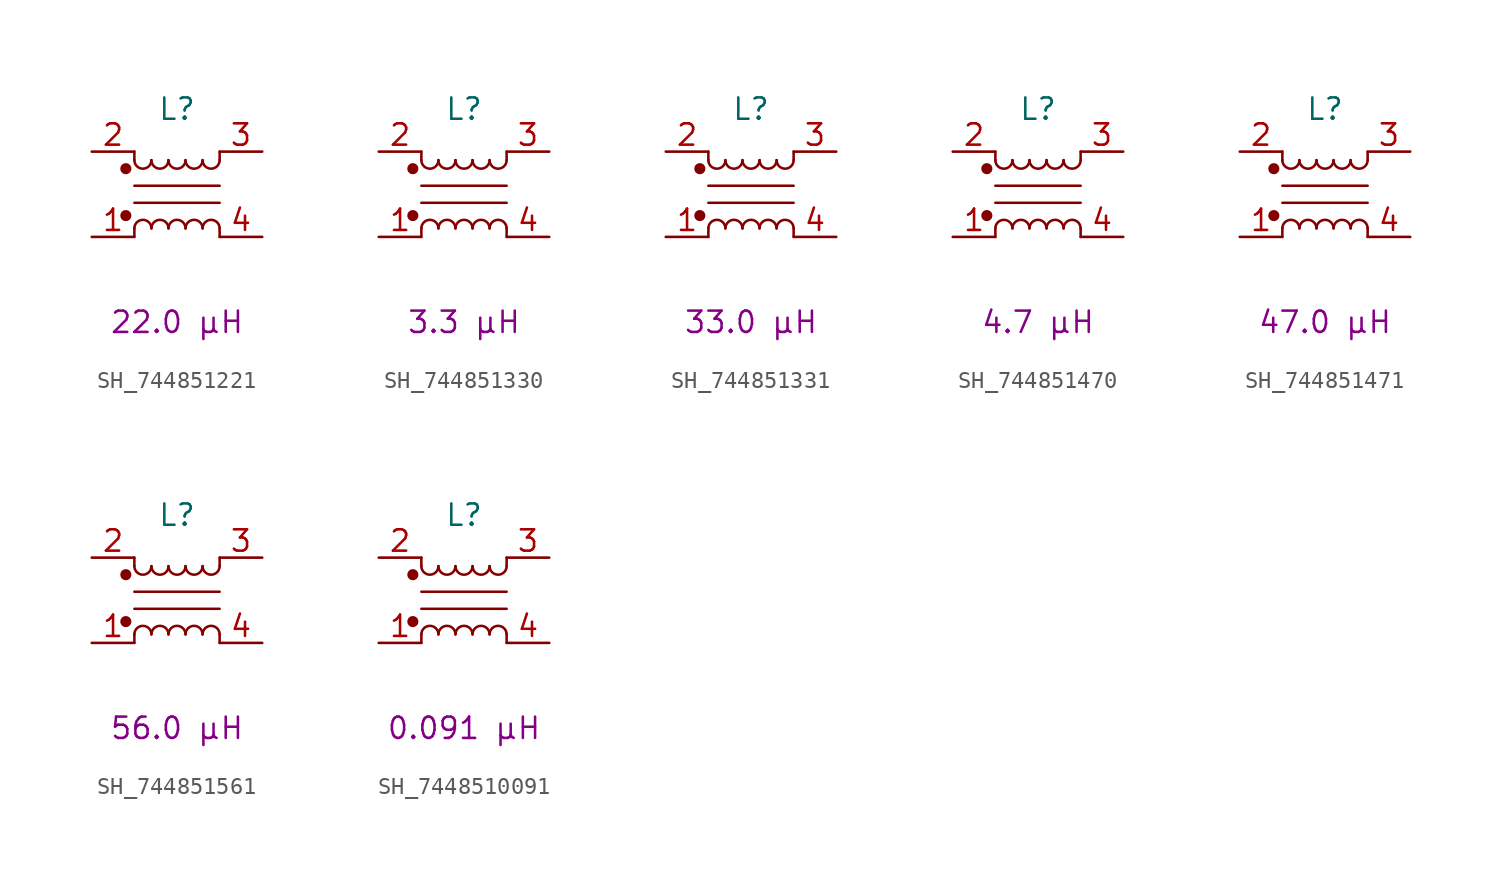
<source format=kicad_sym>
(kicad_symbol_lib
  (version 20220914)
  (generator kicad_symbol_editor)
  (symbol "SH_744851221"
    (pin_names hide)
    (property "Reference" "L"
      (at 0 5.08 0)
      (effects (font (size 1.27 1.27))))
    (property "Critical Parameter" "22.0 µH"
      (at 0 -7.62 0)
      (effects (font (size 1.27 1.27))))
    (symbol "SH_744851221_0_1"
      (circle (center -3.048 -1.27) (radius 0.254) (stroke (width 0) (type default)) (fill (type outline)))
      (circle (center -3.048 1.524) (radius 0.254) (stroke (width 0) (type default)) (fill (type outline)))
      (arc (start -2.54 2.032) (mid -2.032 1.5262) (end -1.524 2.032) (stroke (width 0) (type default)) (fill (type none)))
      (arc (start -1.524 -2.032) (mid -2.032 -1.5262) (end -2.54 -2.032) (stroke (width 0) (type default)) (fill (type none)))
      (arc (start -1.524 2.032) (mid -1.016 1.5262) (end -0.508 2.032) (stroke (width 0) (type default)) (fill (type none)))
      (arc (start -0.508 -2.032) (mid -1.016 -1.5262) (end -1.524 -2.032) (stroke (width 0) (type default)) (fill (type none)))
      (arc (start -0.508 2.032) (mid 0 1.5262) (end 0.508 2.032) (stroke (width 0) (type default)) (fill (type none)))
      (polyline (pts (xy -2.54 -2.032) (xy -2.54 -2.54)) (stroke (width 0) (type default)) (fill (type none)))
      (polyline (pts (xy -2.54 0.508) (xy 2.54 0.508)) (stroke (width 0) (type default)) (fill (type none)))
      (polyline (pts (xy -2.54 2.032) (xy -2.54 2.54)) (stroke (width 0) (type default)) (fill (type none)))
      (polyline (pts (xy 2.54 -2.032) (xy 2.54 -2.54)) (stroke (width 0) (type default)) (fill (type none)))
      (polyline (pts (xy 2.54 -0.508) (xy -2.54 -0.508)) (stroke (width 0) (type default)) (fill (type none)))
      (polyline (pts (xy 2.54 2.54) (xy 2.54 2.032)) (stroke (width 0) (type default)) (fill (type none)))
      (arc (start 0.508 -2.032) (mid 0 -1.5262) (end -0.508 -2.032) (stroke (width 0) (type default)) (fill (type none)))
      (arc (start 0.508 2.032) (mid 1.016 1.5262) (end 1.524 2.032) (stroke (width 0) (type default)) (fill (type none)))
      (arc (start 1.524 -2.032) (mid 1.016 -1.5262) (end 0.508 -2.032) (stroke (width 0) (type default)) (fill (type none)))
      (arc (start 1.524 2.032) (mid 2.032 1.5262) (end 2.54 2.032) (stroke (width 0) (type default)) (fill (type none)))
      (arc (start 2.54 -2.032) (mid 2.032 -1.5262) (end 1.524 -2.032) (stroke (width 0) (type default)) (fill (type none))))
    (symbol "SH_744851221_1_1"
      (pin passive line (at -5.08 -2.54 0) (length 2.54) (name "1" (effects (font (size 1.27 1.27)))) (number "1" (effects (font (size 1.27 1.27)))))
      (pin passive line (at -5.08 2.54 0) (length 2.54) (name "2" (effects (font (size 1.27 1.27)))) (number "2" (effects (font (size 1.27 1.27)))))
      (pin passive line (at 5.08 2.54 180) (length 2.54) (name "3" (effects (font (size 1.27 1.27)))) (number "3" (effects (font (size 1.27 1.27)))))
      (pin passive line (at 5.08 -2.54 180) (length 2.54) (name "4" (effects (font (size 1.27 1.27)))) (number "4" (effects (font (size 1.27 1.27)))))))
  (symbol "SH_744851330"
    (pin_names hide)
    (property "Reference" "L"
      (at 0 5.08 0)
      (effects (font (size 1.27 1.27))))
    (property "Critical Parameter" "3.3 µH"
      (at 0 -7.62 0)
      (effects (font (size 1.27 1.27))))
    (symbol "SH_744851330_0_1"
      (circle (center -3.048 -1.27) (radius 0.254) (stroke (width 0) (type default)) (fill (type outline)))
      (circle (center -3.048 1.524) (radius 0.254) (stroke (width 0) (type default)) (fill (type outline)))
      (arc (start -2.54 2.032) (mid -2.032 1.5262) (end -1.524 2.032) (stroke (width 0) (type default)) (fill (type none)))
      (arc (start -1.524 -2.032) (mid -2.032 -1.5262) (end -2.54 -2.032) (stroke (width 0) (type default)) (fill (type none)))
      (arc (start -1.524 2.032) (mid -1.016 1.5262) (end -0.508 2.032) (stroke (width 0) (type default)) (fill (type none)))
      (arc (start -0.508 -2.032) (mid -1.016 -1.5262) (end -1.524 -2.032) (stroke (width 0) (type default)) (fill (type none)))
      (arc (start -0.508 2.032) (mid 0 1.5262) (end 0.508 2.032) (stroke (width 0) (type default)) (fill (type none)))
      (polyline (pts (xy -2.54 -2.032) (xy -2.54 -2.54)) (stroke (width 0) (type default)) (fill (type none)))
      (polyline (pts (xy -2.54 0.508) (xy 2.54 0.508)) (stroke (width 0) (type default)) (fill (type none)))
      (polyline (pts (xy -2.54 2.032) (xy -2.54 2.54)) (stroke (width 0) (type default)) (fill (type none)))
      (polyline (pts (xy 2.54 -2.032) (xy 2.54 -2.54)) (stroke (width 0) (type default)) (fill (type none)))
      (polyline (pts (xy 2.54 -0.508) (xy -2.54 -0.508)) (stroke (width 0) (type default)) (fill (type none)))
      (polyline (pts (xy 2.54 2.54) (xy 2.54 2.032)) (stroke (width 0) (type default)) (fill (type none)))
      (arc (start 0.508 -2.032) (mid 0 -1.5262) (end -0.508 -2.032) (stroke (width 0) (type default)) (fill (type none)))
      (arc (start 0.508 2.032) (mid 1.016 1.5262) (end 1.524 2.032) (stroke (width 0) (type default)) (fill (type none)))
      (arc (start 1.524 -2.032) (mid 1.016 -1.5262) (end 0.508 -2.032) (stroke (width 0) (type default)) (fill (type none)))
      (arc (start 1.524 2.032) (mid 2.032 1.5262) (end 2.54 2.032) (stroke (width 0) (type default)) (fill (type none)))
      (arc (start 2.54 -2.032) (mid 2.032 -1.5262) (end 1.524 -2.032) (stroke (width 0) (type default)) (fill (type none))))
    (symbol "SH_744851330_1_1"
      (pin passive line (at -5.08 -2.54 0) (length 2.54) (name "1" (effects (font (size 1.27 1.27)))) (number "1" (effects (font (size 1.27 1.27)))))
      (pin passive line (at -5.08 2.54 0) (length 2.54) (name "2" (effects (font (size 1.27 1.27)))) (number "2" (effects (font (size 1.27 1.27)))))
      (pin passive line (at 5.08 2.54 180) (length 2.54) (name "3" (effects (font (size 1.27 1.27)))) (number "3" (effects (font (size 1.27 1.27)))))
      (pin passive line (at 5.08 -2.54 180) (length 2.54) (name "4" (effects (font (size 1.27 1.27)))) (number "4" (effects (font (size 1.27 1.27)))))))
  (symbol "SH_744851331"
    (pin_names hide)
    (property "Reference" "L"
      (at 0 5.08 0)
      (effects (font (size 1.27 1.27))))
    (property "Critical Parameter" "33.0 µH"
      (at 0 -7.62 0)
      (effects (font (size 1.27 1.27))))
    (symbol "SH_744851331_0_1"
      (circle (center -3.048 -1.27) (radius 0.254) (stroke (width 0) (type default)) (fill (type outline)))
      (circle (center -3.048 1.524) (radius 0.254) (stroke (width 0) (type default)) (fill (type outline)))
      (arc (start -2.54 2.032) (mid -2.032 1.5262) (end -1.524 2.032) (stroke (width 0) (type default)) (fill (type none)))
      (arc (start -1.524 -2.032) (mid -2.032 -1.5262) (end -2.54 -2.032) (stroke (width 0) (type default)) (fill (type none)))
      (arc (start -1.524 2.032) (mid -1.016 1.5262) (end -0.508 2.032) (stroke (width 0) (type default)) (fill (type none)))
      (arc (start -0.508 -2.032) (mid -1.016 -1.5262) (end -1.524 -2.032) (stroke (width 0) (type default)) (fill (type none)))
      (arc (start -0.508 2.032) (mid 0 1.5262) (end 0.508 2.032) (stroke (width 0) (type default)) (fill (type none)))
      (polyline (pts (xy -2.54 -2.032) (xy -2.54 -2.54)) (stroke (width 0) (type default)) (fill (type none)))
      (polyline (pts (xy -2.54 0.508) (xy 2.54 0.508)) (stroke (width 0) (type default)) (fill (type none)))
      (polyline (pts (xy -2.54 2.032) (xy -2.54 2.54)) (stroke (width 0) (type default)) (fill (type none)))
      (polyline (pts (xy 2.54 -2.032) (xy 2.54 -2.54)) (stroke (width 0) (type default)) (fill (type none)))
      (polyline (pts (xy 2.54 -0.508) (xy -2.54 -0.508)) (stroke (width 0) (type default)) (fill (type none)))
      (polyline (pts (xy 2.54 2.54) (xy 2.54 2.032)) (stroke (width 0) (type default)) (fill (type none)))
      (arc (start 0.508 -2.032) (mid 0 -1.5262) (end -0.508 -2.032) (stroke (width 0) (type default)) (fill (type none)))
      (arc (start 0.508 2.032) (mid 1.016 1.5262) (end 1.524 2.032) (stroke (width 0) (type default)) (fill (type none)))
      (arc (start 1.524 -2.032) (mid 1.016 -1.5262) (end 0.508 -2.032) (stroke (width 0) (type default)) (fill (type none)))
      (arc (start 1.524 2.032) (mid 2.032 1.5262) (end 2.54 2.032) (stroke (width 0) (type default)) (fill (type none)))
      (arc (start 2.54 -2.032) (mid 2.032 -1.5262) (end 1.524 -2.032) (stroke (width 0) (type default)) (fill (type none))))
    (symbol "SH_744851331_1_1"
      (pin passive line (at -5.08 -2.54 0) (length 2.54) (name "1" (effects (font (size 1.27 1.27)))) (number "1" (effects (font (size 1.27 1.27)))))
      (pin passive line (at -5.08 2.54 0) (length 2.54) (name "2" (effects (font (size 1.27 1.27)))) (number "2" (effects (font (size 1.27 1.27)))))
      (pin passive line (at 5.08 2.54 180) (length 2.54) (name "3" (effects (font (size 1.27 1.27)))) (number "3" (effects (font (size 1.27 1.27)))))
      (pin passive line (at 5.08 -2.54 180) (length 2.54) (name "4" (effects (font (size 1.27 1.27)))) (number "4" (effects (font (size 1.27 1.27)))))))
  (symbol "SH_744851470"
    (pin_names hide)
    (property "Reference" "L"
      (at 0 5.08 0)
      (effects (font (size 1.27 1.27))))
    (property "Critical Parameter" "4.7 µH"
      (at 0 -7.62 0)
      (effects (font (size 1.27 1.27))))
    (symbol "SH_744851470_0_1"
      (circle (center -3.048 -1.27) (radius 0.254) (stroke (width 0) (type default)) (fill (type outline)))
      (circle (center -3.048 1.524) (radius 0.254) (stroke (width 0) (type default)) (fill (type outline)))
      (arc (start -2.54 2.032) (mid -2.032 1.5262) (end -1.524 2.032) (stroke (width 0) (type default)) (fill (type none)))
      (arc (start -1.524 -2.032) (mid -2.032 -1.5262) (end -2.54 -2.032) (stroke (width 0) (type default)) (fill (type none)))
      (arc (start -1.524 2.032) (mid -1.016 1.5262) (end -0.508 2.032) (stroke (width 0) (type default)) (fill (type none)))
      (arc (start -0.508 -2.032) (mid -1.016 -1.5262) (end -1.524 -2.032) (stroke (width 0) (type default)) (fill (type none)))
      (arc (start -0.508 2.032) (mid 0 1.5262) (end 0.508 2.032) (stroke (width 0) (type default)) (fill (type none)))
      (polyline (pts (xy -2.54 -2.032) (xy -2.54 -2.54)) (stroke (width 0) (type default)) (fill (type none)))
      (polyline (pts (xy -2.54 0.508) (xy 2.54 0.508)) (stroke (width 0) (type default)) (fill (type none)))
      (polyline (pts (xy -2.54 2.032) (xy -2.54 2.54)) (stroke (width 0) (type default)) (fill (type none)))
      (polyline (pts (xy 2.54 -2.032) (xy 2.54 -2.54)) (stroke (width 0) (type default)) (fill (type none)))
      (polyline (pts (xy 2.54 -0.508) (xy -2.54 -0.508)) (stroke (width 0) (type default)) (fill (type none)))
      (polyline (pts (xy 2.54 2.54) (xy 2.54 2.032)) (stroke (width 0) (type default)) (fill (type none)))
      (arc (start 0.508 -2.032) (mid 0 -1.5262) (end -0.508 -2.032) (stroke (width 0) (type default)) (fill (type none)))
      (arc (start 0.508 2.032) (mid 1.016 1.5262) (end 1.524 2.032) (stroke (width 0) (type default)) (fill (type none)))
      (arc (start 1.524 -2.032) (mid 1.016 -1.5262) (end 0.508 -2.032) (stroke (width 0) (type default)) (fill (type none)))
      (arc (start 1.524 2.032) (mid 2.032 1.5262) (end 2.54 2.032) (stroke (width 0) (type default)) (fill (type none)))
      (arc (start 2.54 -2.032) (mid 2.032 -1.5262) (end 1.524 -2.032) (stroke (width 0) (type default)) (fill (type none))))
    (symbol "SH_744851470_1_1"
      (pin passive line (at -5.08 -2.54 0) (length 2.54) (name "1" (effects (font (size 1.27 1.27)))) (number "1" (effects (font (size 1.27 1.27)))))
      (pin passive line (at -5.08 2.54 0) (length 2.54) (name "2" (effects (font (size 1.27 1.27)))) (number "2" (effects (font (size 1.27 1.27)))))
      (pin passive line (at 5.08 2.54 180) (length 2.54) (name "3" (effects (font (size 1.27 1.27)))) (number "3" (effects (font (size 1.27 1.27)))))
      (pin passive line (at 5.08 -2.54 180) (length 2.54) (name "4" (effects (font (size 1.27 1.27)))) (number "4" (effects (font (size 1.27 1.27)))))))
  (symbol "SH_744851471"
    (pin_names hide)
    (property "Reference" "L"
      (at 0 5.08 0)
      (effects (font (size 1.27 1.27))))
    (property "Critical Parameter" "47.0 µH"
      (at 0 -7.62 0)
      (effects (font (size 1.27 1.27))))
    (symbol "SH_744851471_0_1"
      (circle (center -3.048 -1.27) (radius 0.254) (stroke (width 0) (type default)) (fill (type outline)))
      (circle (center -3.048 1.524) (radius 0.254) (stroke (width 0) (type default)) (fill (type outline)))
      (arc (start -2.54 2.032) (mid -2.032 1.5262) (end -1.524 2.032) (stroke (width 0) (type default)) (fill (type none)))
      (arc (start -1.524 -2.032) (mid -2.032 -1.5262) (end -2.54 -2.032) (stroke (width 0) (type default)) (fill (type none)))
      (arc (start -1.524 2.032) (mid -1.016 1.5262) (end -0.508 2.032) (stroke (width 0) (type default)) (fill (type none)))
      (arc (start -0.508 -2.032) (mid -1.016 -1.5262) (end -1.524 -2.032) (stroke (width 0) (type default)) (fill (type none)))
      (arc (start -0.508 2.032) (mid 0 1.5262) (end 0.508 2.032) (stroke (width 0) (type default)) (fill (type none)))
      (polyline (pts (xy -2.54 -2.032) (xy -2.54 -2.54)) (stroke (width 0) (type default)) (fill (type none)))
      (polyline (pts (xy -2.54 0.508) (xy 2.54 0.508)) (stroke (width 0) (type default)) (fill (type none)))
      (polyline (pts (xy -2.54 2.032) (xy -2.54 2.54)) (stroke (width 0) (type default)) (fill (type none)))
      (polyline (pts (xy 2.54 -2.032) (xy 2.54 -2.54)) (stroke (width 0) (type default)) (fill (type none)))
      (polyline (pts (xy 2.54 -0.508) (xy -2.54 -0.508)) (stroke (width 0) (type default)) (fill (type none)))
      (polyline (pts (xy 2.54 2.54) (xy 2.54 2.032)) (stroke (width 0) (type default)) (fill (type none)))
      (arc (start 0.508 -2.032) (mid 0 -1.5262) (end -0.508 -2.032) (stroke (width 0) (type default)) (fill (type none)))
      (arc (start 0.508 2.032) (mid 1.016 1.5262) (end 1.524 2.032) (stroke (width 0) (type default)) (fill (type none)))
      (arc (start 1.524 -2.032) (mid 1.016 -1.5262) (end 0.508 -2.032) (stroke (width 0) (type default)) (fill (type none)))
      (arc (start 1.524 2.032) (mid 2.032 1.5262) (end 2.54 2.032) (stroke (width 0) (type default)) (fill (type none)))
      (arc (start 2.54 -2.032) (mid 2.032 -1.5262) (end 1.524 -2.032) (stroke (width 0) (type default)) (fill (type none))))
    (symbol "SH_744851471_1_1"
      (pin passive line (at -5.08 -2.54 0) (length 2.54) (name "1" (effects (font (size 1.27 1.27)))) (number "1" (effects (font (size 1.27 1.27)))))
      (pin passive line (at -5.08 2.54 0) (length 2.54) (name "2" (effects (font (size 1.27 1.27)))) (number "2" (effects (font (size 1.27 1.27)))))
      (pin passive line (at 5.08 2.54 180) (length 2.54) (name "3" (effects (font (size 1.27 1.27)))) (number "3" (effects (font (size 1.27 1.27)))))
      (pin passive line (at 5.08 -2.54 180) (length 2.54) (name "4" (effects (font (size 1.27 1.27)))) (number "4" (effects (font (size 1.27 1.27)))))))
  (symbol "SH_744851561"
    (pin_names hide)
    (property "Reference" "L"
      (at 0 5.08 0)
      (effects (font (size 1.27 1.27))))
    (property "Critical Parameter" "56.0 µH"
      (at 0 -7.62 0)
      (effects (font (size 1.27 1.27))))
    (symbol "SH_744851561_0_1"
      (circle (center -3.048 -1.27) (radius 0.254) (stroke (width 0) (type default)) (fill (type outline)))
      (circle (center -3.048 1.524) (radius 0.254) (stroke (width 0) (type default)) (fill (type outline)))
      (arc (start -2.54 2.032) (mid -2.032 1.5262) (end -1.524 2.032) (stroke (width 0) (type default)) (fill (type none)))
      (arc (start -1.524 -2.032) (mid -2.032 -1.5262) (end -2.54 -2.032) (stroke (width 0) (type default)) (fill (type none)))
      (arc (start -1.524 2.032) (mid -1.016 1.5262) (end -0.508 2.032) (stroke (width 0) (type default)) (fill (type none)))
      (arc (start -0.508 -2.032) (mid -1.016 -1.5262) (end -1.524 -2.032) (stroke (width 0) (type default)) (fill (type none)))
      (arc (start -0.508 2.032) (mid 0 1.5262) (end 0.508 2.032) (stroke (width 0) (type default)) (fill (type none)))
      (polyline (pts (xy -2.54 -2.032) (xy -2.54 -2.54)) (stroke (width 0) (type default)) (fill (type none)))
      (polyline (pts (xy -2.54 0.508) (xy 2.54 0.508)) (stroke (width 0) (type default)) (fill (type none)))
      (polyline (pts (xy -2.54 2.032) (xy -2.54 2.54)) (stroke (width 0) (type default)) (fill (type none)))
      (polyline (pts (xy 2.54 -2.032) (xy 2.54 -2.54)) (stroke (width 0) (type default)) (fill (type none)))
      (polyline (pts (xy 2.54 -0.508) (xy -2.54 -0.508)) (stroke (width 0) (type default)) (fill (type none)))
      (polyline (pts (xy 2.54 2.54) (xy 2.54 2.032)) (stroke (width 0) (type default)) (fill (type none)))
      (arc (start 0.508 -2.032) (mid 0 -1.5262) (end -0.508 -2.032) (stroke (width 0) (type default)) (fill (type none)))
      (arc (start 0.508 2.032) (mid 1.016 1.5262) (end 1.524 2.032) (stroke (width 0) (type default)) (fill (type none)))
      (arc (start 1.524 -2.032) (mid 1.016 -1.5262) (end 0.508 -2.032) (stroke (width 0) (type default)) (fill (type none)))
      (arc (start 1.524 2.032) (mid 2.032 1.5262) (end 2.54 2.032) (stroke (width 0) (type default)) (fill (type none)))
      (arc (start 2.54 -2.032) (mid 2.032 -1.5262) (end 1.524 -2.032) (stroke (width 0) (type default)) (fill (type none))))
    (symbol "SH_744851561_1_1"
      (pin passive line (at -5.08 -2.54 0) (length 2.54) (name "1" (effects (font (size 1.27 1.27)))) (number "1" (effects (font (size 1.27 1.27)))))
      (pin passive line (at -5.08 2.54 0) (length 2.54) (name "2" (effects (font (size 1.27 1.27)))) (number "2" (effects (font (size 1.27 1.27)))))
      (pin passive line (at 5.08 2.54 180) (length 2.54) (name "3" (effects (font (size 1.27 1.27)))) (number "3" (effects (font (size 1.27 1.27)))))
      (pin passive line (at 5.08 -2.54 180) (length 2.54) (name "4" (effects (font (size 1.27 1.27)))) (number "4" (effects (font (size 1.27 1.27)))))))
  (symbol "SH_7448510091"
    (pin_names hide)
    (property "Reference" "L"
      (at 0 5.08 0)
      (effects (font (size 1.27 1.27))))
    (property "Critical Parameter" "0.091 µH"
      (at 0 -7.62 0)
      (effects (font (size 1.27 1.27))))
    (symbol "SH_7448510091_0_1"
      (circle (center -3.048 -1.27) (radius 0.254) (stroke (width 0) (type default)) (fill (type outline)))
      (circle (center -3.048 1.524) (radius 0.254) (stroke (width 0) (type default)) (fill (type outline)))
      (arc (start -2.54 2.032) (mid -2.032 1.5262) (end -1.524 2.032) (stroke (width 0) (type default)) (fill (type none)))
      (arc (start -1.524 -2.032) (mid -2.032 -1.5262) (end -2.54 -2.032) (stroke (width 0) (type default)) (fill (type none)))
      (arc (start -1.524 2.032) (mid -1.016 1.5262) (end -0.508 2.032) (stroke (width 0) (type default)) (fill (type none)))
      (arc (start -0.508 -2.032) (mid -1.016 -1.5262) (end -1.524 -2.032) (stroke (width 0) (type default)) (fill (type none)))
      (arc (start -0.508 2.032) (mid 0 1.5262) (end 0.508 2.032) (stroke (width 0) (type default)) (fill (type none)))
      (polyline (pts (xy -2.54 -2.032) (xy -2.54 -2.54)) (stroke (width 0) (type default)) (fill (type none)))
      (polyline (pts (xy -2.54 0.508) (xy 2.54 0.508)) (stroke (width 0) (type default)) (fill (type none)))
      (polyline (pts (xy -2.54 2.032) (xy -2.54 2.54)) (stroke (width 0) (type default)) (fill (type none)))
      (polyline (pts (xy 2.54 -2.032) (xy 2.54 -2.54)) (stroke (width 0) (type default)) (fill (type none)))
      (polyline (pts (xy 2.54 -0.508) (xy -2.54 -0.508)) (stroke (width 0) (type default)) (fill (type none)))
      (polyline (pts (xy 2.54 2.54) (xy 2.54 2.032)) (stroke (width 0) (type default)) (fill (type none)))
      (arc (start 0.508 -2.032) (mid 0 -1.5262) (end -0.508 -2.032) (stroke (width 0) (type default)) (fill (type none)))
      (arc (start 0.508 2.032) (mid 1.016 1.5262) (end 1.524 2.032) (stroke (width 0) (type default)) (fill (type none)))
      (arc (start 1.524 -2.032) (mid 1.016 -1.5262) (end 0.508 -2.032) (stroke (width 0) (type default)) (fill (type none)))
      (arc (start 1.524 2.032) (mid 2.032 1.5262) (end 2.54 2.032) (stroke (width 0) (type default)) (fill (type none)))
      (arc (start 2.54 -2.032) (mid 2.032 -1.5262) (end 1.524 -2.032) (stroke (width 0) (type default)) (fill (type none))))
    (symbol "SH_7448510091_1_1"
      (pin passive line (at -5.08 -2.54 0) (length 2.54) (name "1" (effects (font (size 1.27 1.27)))) (number "1" (effects (font (size 1.27 1.27)))))
      (pin passive line (at -5.08 2.54 0) (length 2.54) (name "2" (effects (font (size 1.27 1.27)))) (number "2" (effects (font (size 1.27 1.27)))))
      (pin passive line (at 5.08 2.54 180) (length 2.54) (name "3" (effects (font (size 1.27 1.27)))) (number "3" (effects (font (size 1.27 1.27)))))
      (pin passive line (at 5.08 -2.54 180) (length 2.54) (name "4" (effects (font (size 1.27 1.27)))) (number "4" (effects (font (size 1.27 1.27))))))))
</source>
